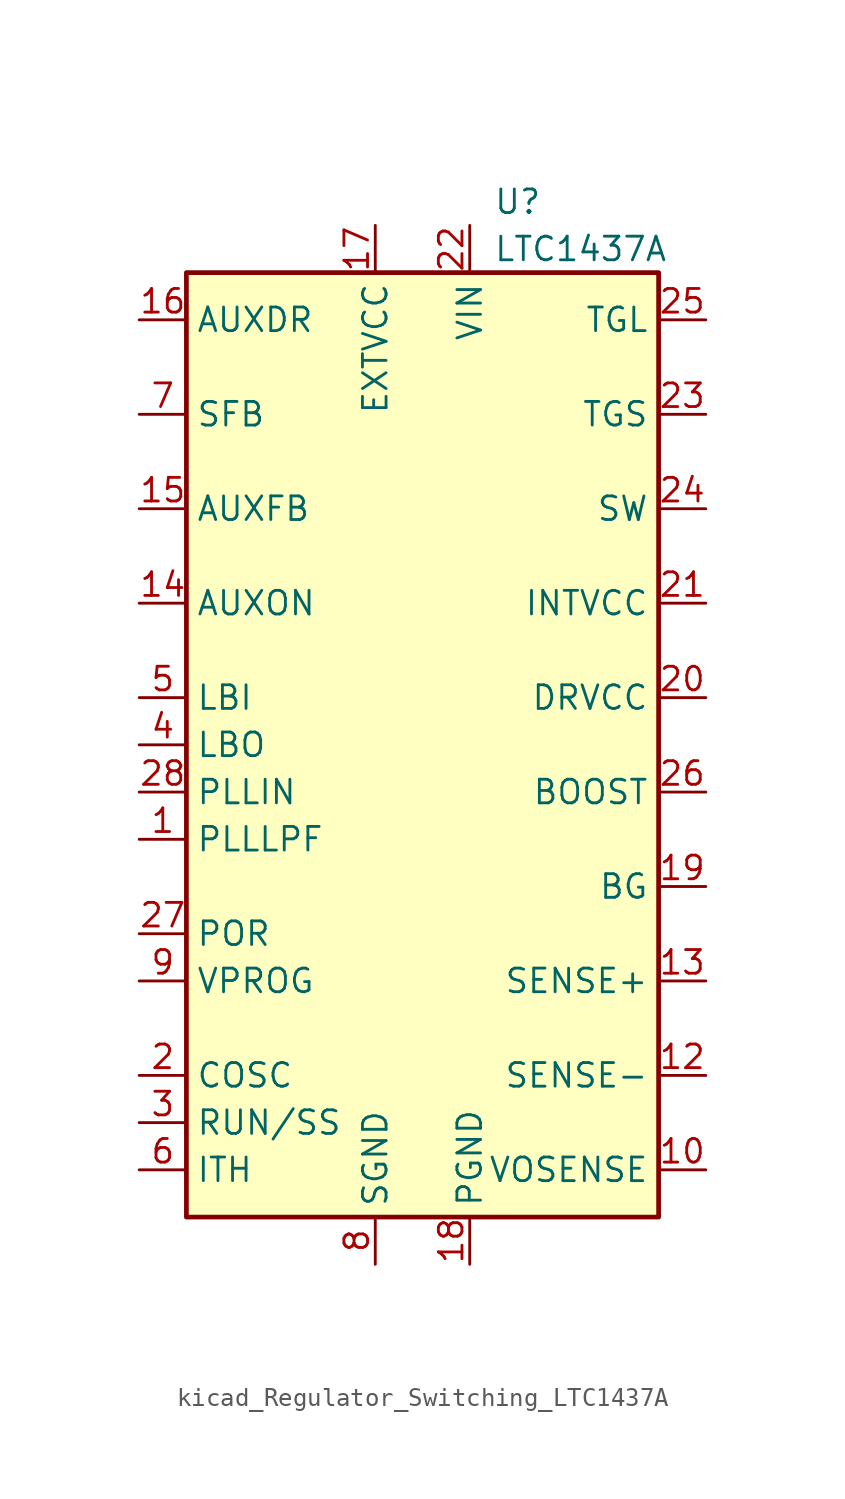
<source format=kicad_sym>
(kicad_symbol_lib
  (version 20220914)
  (generator kicad_symbol_editor)
  (symbol "kicad_Regulator_Switching_LTC1437A"
    (property "Reference" "U"
      (at 3.81 29.21 0)
      (effects (font (size 1.27 1.27)) (justify left)))
    (property "Value" "LTC1437A"
      (at 3.81 26.67 0)
      (effects (font (size 1.27 1.27)) (justify left)))
    (symbol "kicad_Regulator_Switching_LTC1437A_0_1"
      (rectangle (start -12.7 -25.4) (end 12.7 25.4) (stroke (width 0.254) (type default)) (fill (type background))))
    (symbol "kicad_Regulator_Switching_LTC1437A_1_1"
      (pin passive line (at -15.24 -5.08 0) (length 2.54) (name "PLLLPF" (effects (font (size 1.27 1.27)))) (number "1" (effects (font (size 1.27 1.27)))))
      (pin input line (at 15.24 -22.86 180) (length 2.54) (name "VOSENSE" (effects (font (size 1.27 1.27)))) (number "10" (effects (font (size 1.27 1.27)))))
      (pin no_connect line (at 0 25.4 270) (length 2.54) hide (name "NC" (effects (font (size 1.27 1.27)))) (number "11" (effects (font (size 1.27 1.27)))))
      (pin input line (at 15.24 -17.78 180) (length 2.54) (name "SENSE-" (effects (font (size 1.27 1.27)))) (number "12" (effects (font (size 1.27 1.27)))))
      (pin input line (at 15.24 -12.7 180) (length 2.54) (name "SENSE+" (effects (font (size 1.27 1.27)))) (number "13" (effects (font (size 1.27 1.27)))))
      (pin input line (at -15.24 7.62 0) (length 2.54) (name "AUXON" (effects (font (size 1.27 1.27)))) (number "14" (effects (font (size 1.27 1.27)))))
      (pin input line (at -15.24 12.7 0) (length 2.54) (name "AUXFB" (effects (font (size 1.27 1.27)))) (number "15" (effects (font (size 1.27 1.27)))))
      (pin open_collector line (at -15.24 22.86 0) (length 2.54) (name "AUXDR" (effects (font (size 1.27 1.27)))) (number "16" (effects (font (size 1.27 1.27)))))
      (pin power_in line (at -2.54 27.94 270) (length 2.54) (name "EXTVCC" (effects (font (size 1.27 1.27)))) (number "17" (effects (font (size 1.27 1.27)))))
      (pin power_in line (at 2.54 -27.94 90) (length 2.54) (name "PGND" (effects (font (size 1.27 1.27)))) (number "18" (effects (font (size 1.27 1.27)))))
      (pin output line (at 15.24 -7.62 180) (length 2.54) (name "BG" (effects (font (size 1.27 1.27)))) (number "19" (effects (font (size 1.27 1.27)))))
      (pin passive line (at -15.24 -17.78 0) (length 2.54) (name "COSC" (effects (font (size 1.27 1.27)))) (number "2" (effects (font (size 1.27 1.27)))))
      (pin power_in line (at 15.24 2.54 180) (length 2.54) (name "DRVCC" (effects (font (size 1.27 1.27)))) (number "20" (effects (font (size 1.27 1.27)))))
      (pin power_in line (at 15.24 7.62 180) (length 2.54) (name "INTVCC" (effects (font (size 1.27 1.27)))) (number "21" (effects (font (size 1.27 1.27)))))
      (pin power_in line (at 2.54 27.94 270) (length 2.54) (name "VIN" (effects (font (size 1.27 1.27)))) (number "22" (effects (font (size 1.27 1.27)))))
      (pin output line (at 15.24 17.78 180) (length 2.54) (name "TGS" (effects (font (size 1.27 1.27)))) (number "23" (effects (font (size 1.27 1.27)))))
      (pin passive line (at 15.24 12.7 180) (length 2.54) (name "SW" (effects (font (size 1.27 1.27)))) (number "24" (effects (font (size 1.27 1.27)))))
      (pin output line (at 15.24 22.86 180) (length 2.54) (name "TGL" (effects (font (size 1.27 1.27)))) (number "25" (effects (font (size 1.27 1.27)))))
      (pin passive line (at 15.24 -2.54 180) (length 2.54) (name "BOOST" (effects (font (size 1.27 1.27)))) (number "26" (effects (font (size 1.27 1.27)))))
      (pin open_collector line (at -15.24 -10.16 0) (length 2.54) (name "POR" (effects (font (size 1.27 1.27)))) (number "27" (effects (font (size 1.27 1.27)))))
      (pin input line (at -15.24 -2.54 0) (length 2.54) (name "PLLIN" (effects (font (size 1.27 1.27)))) (number "28" (effects (font (size 1.27 1.27)))))
      (pin passive line (at -15.24 -20.32 0) (length 2.54) (name "RUN/SS" (effects (font (size 1.27 1.27)))) (number "3" (effects (font (size 1.27 1.27)))))
      (pin open_collector line (at -15.24 0 0) (length 2.54) (name "LBO" (effects (font (size 1.27 1.27)))) (number "4" (effects (font (size 1.27 1.27)))))
      (pin input line (at -15.24 2.54 0) (length 2.54) (name "LBI" (effects (font (size 1.27 1.27)))) (number "5" (effects (font (size 1.27 1.27)))))
      (pin passive line (at -15.24 -22.86 0) (length 2.54) (name "ITH" (effects (font (size 1.27 1.27)))) (number "6" (effects (font (size 1.27 1.27)))))
      (pin passive line (at -15.24 17.78 0) (length 2.54) (name "SFB" (effects (font (size 1.27 1.27)))) (number "7" (effects (font (size 1.27 1.27)))))
      (pin power_in line (at -2.54 -27.94 90) (length 2.54) (name "SGND" (effects (font (size 1.27 1.27)))) (number "8" (effects (font (size 1.27 1.27)))))
      (pin input line (at -15.24 -12.7 0) (length 2.54) (name "VPROG" (effects (font (size 1.27 1.27)))) (number "9" (effects (font (size 1.27 1.27))))))))
</source>
